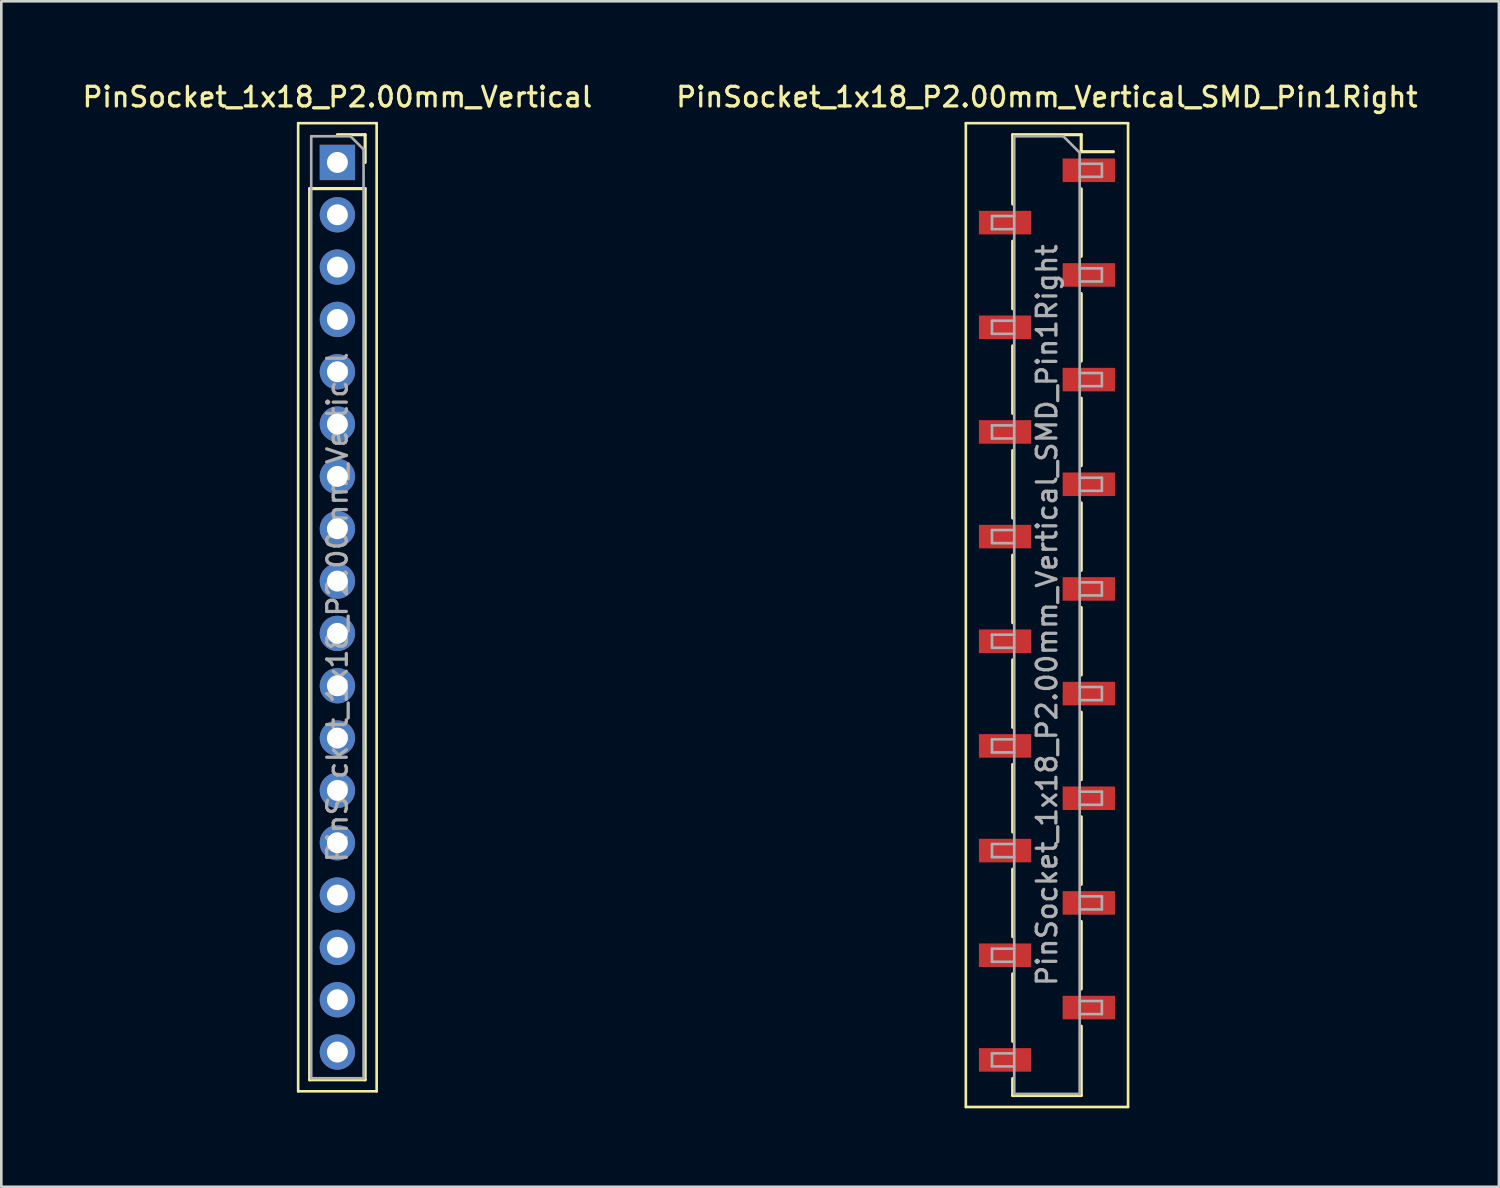
<source format=kicad_pcb>
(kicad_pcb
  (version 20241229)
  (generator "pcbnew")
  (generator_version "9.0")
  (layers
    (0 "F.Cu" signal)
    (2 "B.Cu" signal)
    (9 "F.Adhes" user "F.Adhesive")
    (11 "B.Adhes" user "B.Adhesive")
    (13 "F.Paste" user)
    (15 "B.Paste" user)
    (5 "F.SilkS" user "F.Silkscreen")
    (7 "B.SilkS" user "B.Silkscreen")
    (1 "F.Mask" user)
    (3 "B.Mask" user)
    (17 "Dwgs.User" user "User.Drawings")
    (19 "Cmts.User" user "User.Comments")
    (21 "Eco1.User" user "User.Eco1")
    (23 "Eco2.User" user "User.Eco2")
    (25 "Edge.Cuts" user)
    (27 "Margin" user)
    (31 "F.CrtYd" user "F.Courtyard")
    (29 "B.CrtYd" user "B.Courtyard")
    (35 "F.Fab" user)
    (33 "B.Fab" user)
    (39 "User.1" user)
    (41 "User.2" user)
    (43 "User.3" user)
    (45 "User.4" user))
  (footprint "PinSocket_1x18_P2.00mm_Vertical_SMD_Pin1Right"
    (layer "F.Cu")
    (at 36.963 20.458)
    (property "Reference" "PinSocket_1x18_P2.00mm_Vertical_SMD_Pin1Right" (at 0 -19.8 0) (layer "F.SilkS") (effects (font (size 0.75 0.75) (thickness 0.125))))
    (attr smd)
    (fp_line (start -3.1 -18.8) (end 3.1 -18.8) (stroke (width 0.1) (type solid)) (layer "F.SilkS"))
    (fp_line (start -3.1 18.8) (end -3.1 -18.8) (stroke (width 0.1) (type solid)) (layer "F.SilkS"))
    (fp_line (start -1.31 -18.36) (end -1.31 -15.71) (stroke (width 0.12) (type solid)) (layer "F.SilkS"))
    (fp_line (start -1.31 -18.36) (end 1.31 -18.36) (stroke (width 0.12) (type solid)) (layer "F.SilkS"))
    (fp_line (start -1.31 -14.29) (end -1.31 -11.71) (stroke (width 0.12) (type solid)) (layer "F.SilkS"))
    (fp_line (start -1.31 -10.29) (end -1.31 -7.71) (stroke (width 0.12) (type solid)) (layer "F.SilkS"))
    (fp_line (start -1.31 -6.29) (end -1.31 -3.71) (stroke (width 0.12) (type solid)) (layer "F.SilkS"))
    (fp_line (start -1.31 -2.29) (end -1.31 0.29) (stroke (width 0.12) (type solid)) (layer "F.SilkS"))
    (fp_line (start -1.31 1.71) (end -1.31 4.29) (stroke (width 0.12) (type solid)) (layer "F.SilkS"))
    (fp_line (start -1.31 5.71) (end -1.31 8.29) (stroke (width 0.12) (type solid)) (layer "F.SilkS"))
    (fp_line (start -1.31 9.71) (end -1.31 12.29) (stroke (width 0.12) (type solid)) (layer "F.SilkS"))
    (fp_line (start -1.31 13.71) (end -1.31 16.29) (stroke (width 0.12) (type solid)) (layer "F.SilkS"))
    (fp_line (start -1.31 17.71) (end -1.31 18.36) (stroke (width 0.12) (type solid)) (layer "F.SilkS"))
    (fp_line (start -1.31 18.36) (end 1.31 18.36) (stroke (width 0.12) (type solid)) (layer "F.SilkS"))
    (fp_line (start 1.31 -18.36) (end 1.31 -17.71) (stroke (width 0.12) (type solid)) (layer "F.SilkS"))
    (fp_line (start 1.31 -17.71) (end 2.54 -17.71) (stroke (width 0.12) (type solid)) (layer "F.SilkS"))
    (fp_line (start 1.31 -16.29) (end 1.31 -13.71) (stroke (width 0.12) (type solid)) (layer "F.SilkS"))
    (fp_line (start 1.31 -12.29) (end 1.31 -9.71) (stroke (width 0.12) (type solid)) (layer "F.SilkS"))
    (fp_line (start 1.31 -8.29) (end 1.31 -5.71) (stroke (width 0.12) (type solid)) (layer "F.SilkS"))
    (fp_line (start 1.31 -4.29) (end 1.31 -1.71) (stroke (width 0.12) (type solid)) (layer "F.SilkS"))
    (fp_line (start 1.31 -0.29) (end 1.31 2.29) (stroke (width 0.12) (type solid)) (layer "F.SilkS"))
    (fp_line (start 1.31 3.71) (end 1.31 6.29) (stroke (width 0.12) (type solid)) (layer "F.SilkS"))
    (fp_line (start 1.31 7.71) (end 1.31 10.29) (stroke (width 0.12) (type solid)) (layer "F.SilkS"))
    (fp_line (start 1.31 11.71) (end 1.31 14.29) (stroke (width 0.12) (type solid)) (layer "F.SilkS"))
    (fp_line (start 1.31 15.71) (end 1.31 18.36) (stroke (width 0.12) (type solid)) (layer "F.SilkS"))
    (fp_line (start 3.1 -18.8) (end 3.1 18.8) (stroke (width 0.1) (type solid)) (layer "F.SilkS"))
    (fp_line (start 3.1 18.8) (end -3.1 18.8) (stroke (width 0.1) (type solid)) (layer "F.SilkS"))
    (fp_line (start -2.1 -15.25) (end -1.25 -15.25) (stroke (width 0.1) (type solid)) (layer "F.Fab"))
    (fp_line (start -2.1 -14.75) (end -2.1 -15.25) (stroke (width 0.1) (type solid)) (layer "F.Fab"))
    (fp_line (start -2.1 -11.25) (end -1.25 -11.25) (stroke (width 0.1) (type solid)) (layer "F.Fab"))
    (fp_line (start -2.1 -10.75) (end -2.1 -11.25) (stroke (width 0.1) (type solid)) (layer "F.Fab"))
    (fp_line (start -2.1 -7.25) (end -1.25 -7.25) (stroke (width 0.1) (type solid)) (layer "F.Fab"))
    (fp_line (start -2.1 -6.75) (end -2.1 -7.25) (stroke (width 0.1) (type solid)) (layer "F.Fab"))
    (fp_line (start -2.1 -3.25) (end -1.25 -3.25) (stroke (width 0.1) (type solid)) (layer "F.Fab"))
    (fp_line (start -2.1 -2.75) (end -2.1 -3.25) (stroke (width 0.1) (type solid)) (layer "F.Fab"))
    (fp_line (start -2.1 0.75) (end -1.25 0.75) (stroke (width 0.1) (type solid)) (layer "F.Fab"))
    (fp_line (start -2.1 1.25) (end -2.1 0.75) (stroke (width 0.1) (type solid)) (layer "F.Fab"))
    (fp_line (start -2.1 4.75) (end -1.25 4.75) (stroke (width 0.1) (type solid)) (layer "F.Fab"))
    (fp_line (start -2.1 5.25) (end -2.1 4.75) (stroke (width 0.1) (type solid)) (layer "F.Fab"))
    (fp_line (start -2.1 8.75) (end -1.25 8.75) (stroke (width 0.1) (type solid)) (layer "F.Fab"))
    (fp_line (start -2.1 9.25) (end -2.1 8.75) (stroke (width 0.1) (type solid)) (layer "F.Fab"))
    (fp_line (start -2.1 12.75) (end -1.25 12.75) (stroke (width 0.1) (type solid)) (layer "F.Fab"))
    (fp_line (start -2.1 13.25) (end -2.1 12.75) (stroke (width 0.1) (type solid)) (layer "F.Fab"))
    (fp_line (start -2.1 16.75) (end -1.25 16.75) (stroke (width 0.1) (type solid)) (layer "F.Fab"))
    (fp_line (start -2.1 17.25) (end -2.1 16.75) (stroke (width 0.1) (type solid)) (layer "F.Fab"))
    (fp_line (start -1.25 -18.3) (end 0.625 -18.3) (stroke (width 0.1) (type solid)) (layer "F.Fab"))
    (fp_line (start -1.25 -14.75) (end -2.1 -14.75) (stroke (width 0.1) (type solid)) (layer "F.Fab"))
    (fp_line (start -1.25 -10.75) (end -2.1 -10.75) (stroke (width 0.1) (type solid)) (layer "F.Fab"))
    (fp_line (start -1.25 -6.75) (end -2.1 -6.75) (stroke (width 0.1) (type solid)) (layer "F.Fab"))
    (fp_line (start -1.25 -2.75) (end -2.1 -2.75) (stroke (width 0.1) (type solid)) (layer "F.Fab"))
    (fp_line (start -1.25 1.25) (end -2.1 1.25) (stroke (width 0.1) (type solid)) (layer "F.Fab"))
    (fp_line (start -1.25 5.25) (end -2.1 5.25) (stroke (width 0.1) (type solid)) (layer "F.Fab"))
    (fp_line (start -1.25 9.25) (end -2.1 9.25) (stroke (width 0.1) (type solid)) (layer "F.Fab"))
    (fp_line (start -1.25 13.25) (end -2.1 13.25) (stroke (width 0.1) (type solid)) (layer "F.Fab"))
    (fp_line (start -1.25 17.25) (end -2.1 17.25) (stroke (width 0.1) (type solid)) (layer "F.Fab"))
    (fp_line (start -1.25 18.3) (end -1.25 -18.3) (stroke (width 0.1) (type solid)) (layer "F.Fab"))
    (fp_line (start 0.625 -18.3) (end 1.25 -17.675) (stroke (width 0.1) (type solid)) (layer "F.Fab"))
    (fp_line (start 1.25 -17.675) (end 1.25 18.3) (stroke (width 0.1) (type solid)) (layer "F.Fab"))
    (fp_line (start 1.25 -17.25) (end 2.1 -17.25) (stroke (width 0.1) (type solid)) (layer "F.Fab"))
    (fp_line (start 1.25 -13.25) (end 2.1 -13.25) (stroke (width 0.1) (type solid)) (layer "F.Fab"))
    (fp_line (start 1.25 -9.25) (end 2.1 -9.25) (stroke (width 0.1) (type solid)) (layer "F.Fab"))
    (fp_line (start 1.25 -5.25) (end 2.1 -5.25) (stroke (width 0.1) (type solid)) (layer "F.Fab"))
    (fp_line (start 1.25 -1.25) (end 2.1 -1.25) (stroke (width 0.1) (type solid)) (layer "F.Fab"))
    (fp_line (start 1.25 2.75) (end 2.1 2.75) (stroke (width 0.1) (type solid)) (layer "F.Fab"))
    (fp_line (start 1.25 6.75) (end 2.1 6.75) (stroke (width 0.1) (type solid)) (layer "F.Fab"))
    (fp_line (start 1.25 10.75) (end 2.1 10.75) (stroke (width 0.1) (type solid)) (layer "F.Fab"))
    (fp_line (start 1.25 14.75) (end 2.1 14.75) (stroke (width 0.1) (type solid)) (layer "F.Fab"))
    (fp_line (start 1.25 18.3) (end -1.25 18.3) (stroke (width 0.1) (type solid)) (layer "F.Fab"))
    (fp_line (start 2.1 -17.25) (end 2.1 -16.75) (stroke (width 0.1) (type solid)) (layer "F.Fab"))
    (fp_line (start 2.1 -16.75) (end 1.25 -16.75) (stroke (width 0.1) (type solid)) (layer "F.Fab"))
    (fp_line (start 2.1 -13.25) (end 2.1 -12.75) (stroke (width 0.1) (type solid)) (layer "F.Fab"))
    (fp_line (start 2.1 -12.75) (end 1.25 -12.75) (stroke (width 0.1) (type solid)) (layer "F.Fab"))
    (fp_line (start 2.1 -9.25) (end 2.1 -8.75) (stroke (width 0.1) (type solid)) (layer "F.Fab"))
    (fp_line (start 2.1 -8.75) (end 1.25 -8.75) (stroke (width 0.1) (type solid)) (layer "F.Fab"))
    (fp_line (start 2.1 -5.25) (end 2.1 -4.75) (stroke (width 0.1) (type solid)) (layer "F.Fab"))
    (fp_line (start 2.1 -4.75) (end 1.25 -4.75) (stroke (width 0.1) (type solid)) (layer "F.Fab"))
    (fp_line (start 2.1 -1.25) (end 2.1 -0.75) (stroke (width 0.1) (type solid)) (layer "F.Fab"))
    (fp_line (start 2.1 -0.75) (end 1.25 -0.75) (stroke (width 0.1) (type solid)) (layer "F.Fab"))
    (fp_line (start 2.1 2.75) (end 2.1 3.25) (stroke (width 0.1) (type solid)) (layer "F.Fab"))
    (fp_line (start 2.1 3.25) (end 1.25 3.25) (stroke (width 0.1) (type solid)) (layer "F.Fab"))
    (fp_line (start 2.1 6.75) (end 2.1 7.25) (stroke (width 0.1) (type solid)) (layer "F.Fab"))
    (fp_line (start 2.1 7.25) (end 1.25 7.25) (stroke (width 0.1) (type solid)) (layer "F.Fab"))
    (fp_line (start 2.1 10.75) (end 2.1 11.25) (stroke (width 0.1) (type solid)) (layer "F.Fab"))
    (fp_line (start 2.1 11.25) (end 1.25 11.25) (stroke (width 0.1) (type solid)) (layer "F.Fab"))
    (fp_line (start 2.1 14.75) (end 2.1 15.25) (stroke (width 0.1) (type solid)) (layer "F.Fab"))
    (fp_line (start 2.1 15.25) (end 1.25 15.25) (stroke (width 0.1) (type solid)) (layer "F.Fab"))
    (fp_text user "${REFERENCE}" (at 0 0 90) (layer "F.Fab") (effects (font (size 0.75 0.75) (thickness 0.125))))
    (pad "1" smd rect (at 1.6 -17) (size 2 0.9) (layers "F.Cu" "F.Mask" "F.Paste"))
    (pad "2" smd rect (at -1.6 -15) (size 2 0.9) (layers "F.Cu" "F.Mask" "F.Paste"))
    (pad "3" smd rect (at 1.6 -13) (size 2 0.9) (layers "F.Cu" "F.Mask" "F.Paste"))
    (pad "4" smd rect (at -1.6 -11) (size 2 0.9) (layers "F.Cu" "F.Mask" "F.Paste"))
    (pad "5" smd rect (at 1.6 -9) (size 2 0.9) (layers "F.Cu" "F.Mask" "F.Paste"))
    (pad "6" smd rect (at -1.6 -7) (size 2 0.9) (layers "F.Cu" "F.Mask" "F.Paste"))
    (pad "7" smd rect (at 1.6 -5) (size 2 0.9) (layers "F.Cu" "F.Mask" "F.Paste"))
    (pad "8" smd rect (at -1.6 -3) (size 2 0.9) (layers "F.Cu" "F.Mask" "F.Paste"))
    (pad "9" smd rect (at 1.6 -1) (size 2 0.9) (layers "F.Cu" "F.Mask" "F.Paste"))
    (pad "10" smd rect (at -1.6 1) (size 2 0.9) (layers "F.Cu" "F.Mask" "F.Paste"))
    (pad "11" smd rect (at 1.6 3) (size 2 0.9) (layers "F.Cu" "F.Mask" "F.Paste"))
    (pad "12" smd rect (at -1.6 5) (size 2 0.9) (layers "F.Cu" "F.Mask" "F.Paste"))
    (pad "13" smd rect (at 1.6 7) (size 2 0.9) (layers "F.Cu" "F.Mask" "F.Paste"))
    (pad "14" smd rect (at -1.6 9) (size 2 0.9) (layers "F.Cu" "F.Mask" "F.Paste"))
    (pad "15" smd rect (at 1.6 11) (size 2 0.9) (layers "F.Cu" "F.Mask" "F.Paste"))
    (pad "16" smd rect (at -1.6 13) (size 2 0.9) (layers "F.Cu" "F.Mask" "F.Paste"))
    (pad "17" smd rect (at 1.6 15) (size 2 0.9) (layers "F.Cu" "F.Mask" "F.Paste"))
    (pad "18" smd rect (at -1.6 17) (size 2 0.9) (layers "F.Cu" "F.Mask" "F.Paste")))
  (footprint "PinSocket_1x18_P2.00mm_Vertical"
    (layer "F.Cu")
    (at 9.845 3.158)
    (property "Reference" "PinSocket_1x18_P2.00mm_Vertical" (at 0 -2.5 0) (layer "F.SilkS") (effects (font (size 0.75 0.75) (thickness 0.125))))
    (attr through_hole)
    (fp_line (start -1.5 -1.5) (end 1.5 -1.5) (stroke (width 0.1) (type solid)) (layer "F.SilkS"))
    (fp_line (start -1.5 35.5) (end -1.5 -1.5) (stroke (width 0.1) (type solid)) (layer "F.SilkS"))
    (fp_line (start -1.06 1) (end -1.06 35.06) (stroke (width 0.12) (type solid)) (layer "F.SilkS"))
    (fp_line (start -1.06 1) (end 1.06 1) (stroke (width 0.12) (type solid)) (layer "F.SilkS"))
    (fp_line (start -1.06 35.06) (end 1.06 35.06) (stroke (width 0.12) (type solid)) (layer "F.SilkS"))
    (fp_line (start 0 -1.06) (end 1.06 -1.06) (stroke (width 0.12) (type solid)) (layer "F.SilkS"))
    (fp_line (start 1.06 -1.06) (end 1.06 0) (stroke (width 0.12) (type solid)) (layer "F.SilkS"))
    (fp_line (start 1.06 1) (end 1.06 35.06) (stroke (width 0.12) (type solid)) (layer "F.SilkS"))
    (fp_line (start 1.5 -1.5) (end 1.5 35.5) (stroke (width 0.1) (type solid)) (layer "F.SilkS"))
    (fp_line (start 1.5 35.5) (end -1.5 35.5) (stroke (width 0.1) (type solid)) (layer "F.SilkS"))
    (fp_line (start -1 -1) (end 0.5 -1) (stroke (width 0.1) (type solid)) (layer "F.Fab"))
    (fp_line (start -1 35) (end -1 -1) (stroke (width 0.1) (type solid)) (layer "F.Fab"))
    (fp_line (start 0.5 -1) (end 1 -0.5) (stroke (width 0.1) (type solid)) (layer "F.Fab"))
    (fp_line (start 1 -0.5) (end 1 35) (stroke (width 0.1) (type solid)) (layer "F.Fab"))
    (fp_line (start 1 35) (end -1 35) (stroke (width 0.1) (type solid)) (layer "F.Fab"))
    (fp_text user "${REFERENCE}" (at 0 17 90) (layer "F.Fab") (effects (font (size 0.75 0.75) (thickness 0.125))))
    (pad "1" thru_hole rect (at 0 0) (size 1.35 1.35) (drill 0.8) (layers "*.Cu" "*.Mask"))
    (pad "2" thru_hole oval (at 0 2) (size 1.35 1.35) (drill 0.8) (layers "*.Cu" "*.Mask"))
    (pad "3" thru_hole oval (at 0 4) (size 1.35 1.35) (drill 0.8) (layers "*.Cu" "*.Mask"))
    (pad "4" thru_hole oval (at 0 6) (size 1.35 1.35) (drill 0.8) (layers "*.Cu" "*.Mask"))
    (pad "5" thru_hole oval (at 0 8) (size 1.35 1.35) (drill 0.8) (layers "*.Cu" "*.Mask"))
    (pad "6" thru_hole oval (at 0 10) (size 1.35 1.35) (drill 0.8) (layers "*.Cu" "*.Mask"))
    (pad "7" thru_hole oval (at 0 12) (size 1.35 1.35) (drill 0.8) (layers "*.Cu" "*.Mask"))
    (pad "8" thru_hole oval (at 0 14) (size 1.35 1.35) (drill 0.8) (layers "*.Cu" "*.Mask"))
    (pad "9" thru_hole oval (at 0 16) (size 1.35 1.35) (drill 0.8) (layers "*.Cu" "*.Mask"))
    (pad "10" thru_hole oval (at 0 18) (size 1.35 1.35) (drill 0.8) (layers "*.Cu" "*.Mask"))
    (pad "11" thru_hole oval (at 0 20) (size 1.35 1.35) (drill 0.8) (layers "*.Cu" "*.Mask"))
    (pad "12" thru_hole oval (at 0 22) (size 1.35 1.35) (drill 0.8) (layers "*.Cu" "*.Mask"))
    (pad "13" thru_hole oval (at 0 24) (size 1.35 1.35) (drill 0.8) (layers "*.Cu" "*.Mask"))
    (pad "14" thru_hole oval (at 0 26) (size 1.35 1.35) (drill 0.8) (layers "*.Cu" "*.Mask"))
    (pad "15" thru_hole oval (at 0 28) (size 1.35 1.35) (drill 0.8) (layers "*.Cu" "*.Mask"))
    (pad "16" thru_hole oval (at 0 30) (size 1.35 1.35) (drill 0.8) (layers "*.Cu" "*.Mask"))
    (pad "17" thru_hole oval (at 0 32) (size 1.35 1.35) (drill 0.8) (layers "*.Cu" "*.Mask"))
    (pad "18" thru_hole oval (at 0 34) (size 1.35 1.35) (drill 0.8) (layers "*.Cu" "*.Mask")))
  (gr_rect
    (start -3 -3)
    (end 54.236 42.308)
    (stroke (width 0.1) (type default))
    (fill no)
    (layer "Edge.Cuts")))
</source>
